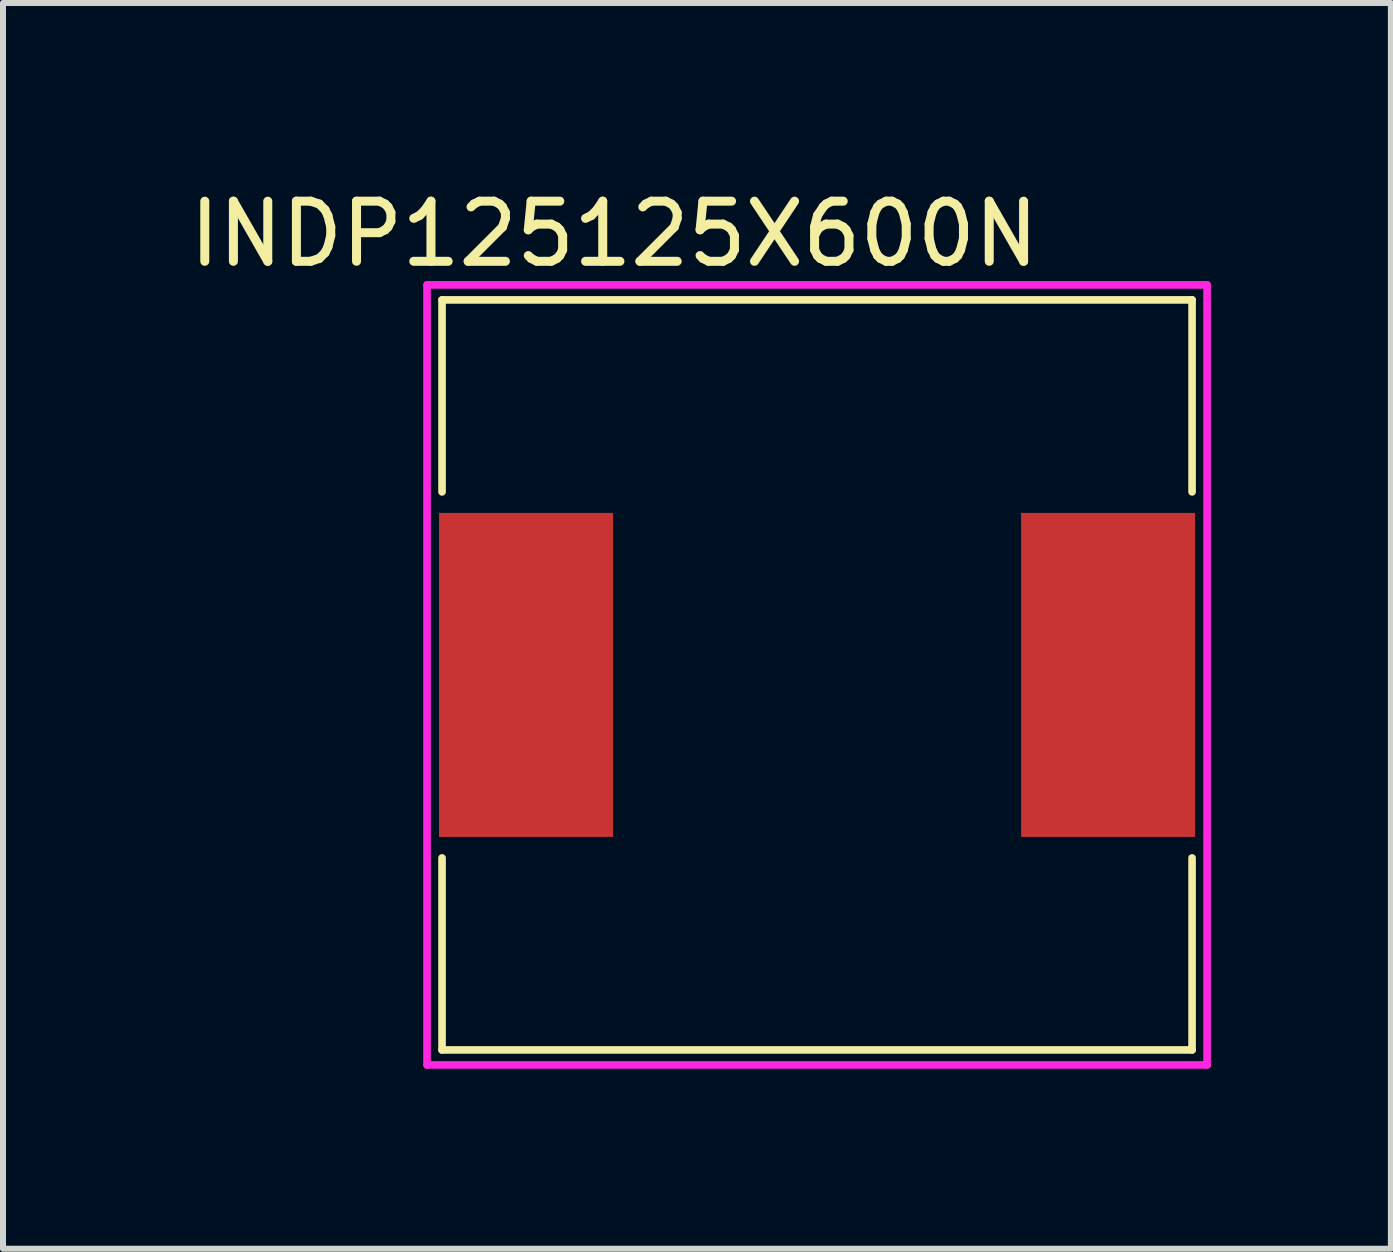
<source format=kicad_pcb>
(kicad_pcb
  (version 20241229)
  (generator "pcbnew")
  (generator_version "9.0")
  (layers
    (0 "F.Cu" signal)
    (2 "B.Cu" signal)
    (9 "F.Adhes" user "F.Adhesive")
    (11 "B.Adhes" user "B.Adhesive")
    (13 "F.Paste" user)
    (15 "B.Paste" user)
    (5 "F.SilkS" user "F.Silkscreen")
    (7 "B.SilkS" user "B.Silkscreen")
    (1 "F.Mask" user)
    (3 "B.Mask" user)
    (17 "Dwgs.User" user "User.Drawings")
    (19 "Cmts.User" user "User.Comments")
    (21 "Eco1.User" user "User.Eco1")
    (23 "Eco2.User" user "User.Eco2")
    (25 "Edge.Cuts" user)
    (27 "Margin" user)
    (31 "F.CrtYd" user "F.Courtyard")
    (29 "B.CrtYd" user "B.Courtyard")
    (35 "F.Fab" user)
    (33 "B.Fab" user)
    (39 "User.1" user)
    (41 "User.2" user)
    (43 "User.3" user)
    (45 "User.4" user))
  (footprint "INDP125125X600N"
    (layer "F.Cu")
    (at 10.567 8.198)
    (property "Reference" "INDP125125X600N" (at -3.381 -7.349 0) (layer "F.SilkS") (effects (font (size 1.002 1.002) (thickness 0.15))))
    (attr smd)
    (fp_line (start -6.25 -6.25) (end -6.25 -3.05) (stroke (width 0.127) (type solid)) (layer "F.SilkS"))
    (fp_line (start -6.25 -6.25) (end 6.25 -6.25) (stroke (width 0.127) (type solid)) (layer "F.SilkS"))
    (fp_line (start -6.25 3.05) (end -6.25 6.25) (stroke (width 0.127) (type solid)) (layer "F.SilkS"))
    (fp_line (start -6.25 6.25) (end 6.25 6.25) (stroke (width 0.127) (type solid)) (layer "F.SilkS"))
    (fp_line (start 6.25 -6.25) (end 6.25 -3.05) (stroke (width 0.127) (type solid)) (layer "F.SilkS"))
    (fp_line (start 6.25 3.05) (end 6.25 6.25) (stroke (width 0.127) (type solid)) (layer "F.SilkS"))
    (fp_line (start -6.5 -6.5) (end 6.5 -6.5) (stroke (width 0.127) (type solid)) (layer "F.CrtYd"))
    (fp_line (start -6.5 6.5) (end -6.5 -6.5) (stroke (width 0.127) (type solid)) (layer "F.CrtYd"))
    (fp_line (start 6.5 -6.5) (end 6.5 6.5) (stroke (width 0.127) (type solid)) (layer "F.CrtYd"))
    (fp_line (start 6.5 6.5) (end -6.5 6.5) (stroke (width 0.127) (type solid)) (layer "F.CrtYd"))
    (pad "1" smd rect (at -4.85 0) (size 2.9 5.4) (layers "F.Cu" "F.Mask" "F.Paste"))
    (pad "2" smd rect (at 4.85 0) (size 2.9 5.4) (layers "F.Cu" "F.Mask" "F.Paste")))
  (gr_rect
    (start -3 -3)
    (end 20.13 17.761)
    (stroke (width 0.1) (type default))
    (fill no)
    (layer "Edge.Cuts")))
</source>
